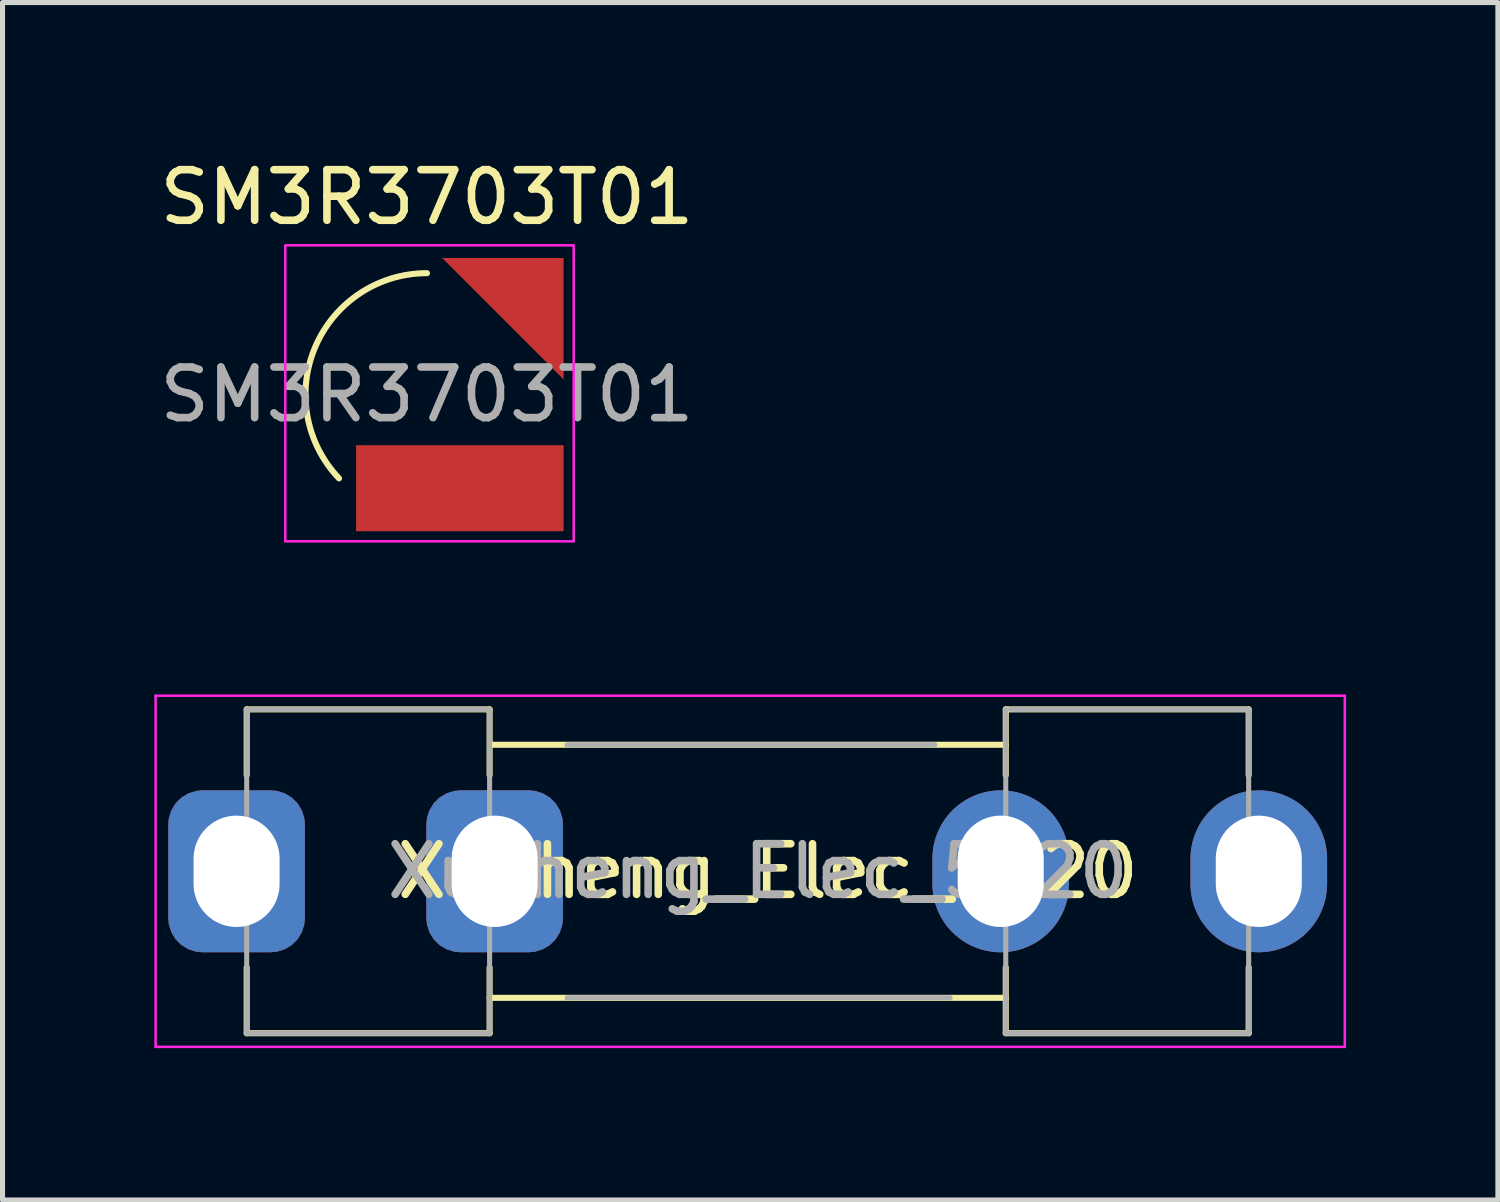
<source format=kicad_pcb>
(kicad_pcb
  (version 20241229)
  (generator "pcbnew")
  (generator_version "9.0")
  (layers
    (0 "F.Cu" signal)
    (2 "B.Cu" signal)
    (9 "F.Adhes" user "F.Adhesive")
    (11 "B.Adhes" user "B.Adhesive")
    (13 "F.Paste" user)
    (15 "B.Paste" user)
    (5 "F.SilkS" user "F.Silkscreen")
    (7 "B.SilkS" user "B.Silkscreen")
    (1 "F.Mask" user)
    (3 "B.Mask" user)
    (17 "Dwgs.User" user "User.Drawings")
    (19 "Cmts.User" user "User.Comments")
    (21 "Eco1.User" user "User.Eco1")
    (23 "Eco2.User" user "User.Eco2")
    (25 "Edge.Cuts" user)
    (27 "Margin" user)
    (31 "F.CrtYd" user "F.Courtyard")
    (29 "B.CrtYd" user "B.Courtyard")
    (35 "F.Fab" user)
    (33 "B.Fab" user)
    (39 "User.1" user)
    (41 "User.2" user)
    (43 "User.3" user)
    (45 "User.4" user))
  (footprint "SM3R3703T01"
    (layer "F.Cu")
    (at 5.387 4.748)
    (property "Reference" "SM3R3703T01" (at 0 -3.9 0) (unlocked yes) (layer "F.SilkS") (effects (font (size 1 1) (thickness 0.15))))
    (attr smd)
    (fp_arc (start -1.737931 1.655172) (mid -2.205948 -0.945406) (end 0 -2.4) (stroke (width 0.12) (type default)) (layer "F.SilkS"))
    (fp_rect (start -2.8 -2.95) (end 2.9 2.9) (stroke (width 0.05) (type default)) (fill no) (layer "F.CrtYd"))
    (fp_text user "${REFERENCE}" (at 0 0 0) (unlocked yes) (layer "F.Fab") (effects (font (size 1 1) (thickness 0.15))))
    (pad "1" smd rect (at 0.65 1.85) (size 4.1 1.7) (layers "F.Cu" "F.Mask" "F.Paste"))
    (pad "2" smd custom (at 2.15 -2.15 180) (size 1.1 1.1) (layers "F.Cu" "F.Mask" "F.Paste") (options (anchor rect)) (primitives (gr_poly (pts (xy -0.55 0.55) (xy -0.55 -1.85) (xy 1.85 0.55)) (width 0) (fill yes)))))
  (footprint "Xucheng_Elec_5x20"
    (layer "F.Cu")
    (at 1.625 14.168)
    (property "Reference" "Xucheng_Elec_5x20" (at 10.5 0 0) (unlocked yes) (layer "F.SilkS") (effects (font (size 1 1) (thickness 0.15))))
    (attr through_hole)
    (fp_line (start 0.2 -3.2) (end 0.2 -1.9) (stroke (width 0.12) (type solid)) (layer "F.SilkS"))
    (fp_line (start 0.2 3.2) (end 0.2 1.9) (stroke (width 0.12) (type solid)) (layer "F.SilkS"))
    (fp_line (start 5 -3.2) (end 0.2 -3.2) (stroke (width 0.12) (type solid)) (layer "F.SilkS"))
    (fp_line (start 5 -3.2) (end 5 -1.9) (stroke (width 0.12) (type solid)) (layer "F.SilkS"))
    (fp_line (start 5 3.2) (end 0.2 3.2) (stroke (width 0.12) (type solid)) (layer "F.SilkS"))
    (fp_line (start 5 3.2) (end 5 1.9) (stroke (width 0.12) (type solid)) (layer "F.SilkS"))
    (fp_line (start 15.2 -3.2) (end 15.2 -1.9) (stroke (width 0.12) (type solid)) (layer "F.SilkS"))
    (fp_line (start 15.2 -2.5) (end 5.03 -2.5) (stroke (width 0.12) (type solid)) (layer "F.SilkS"))
    (fp_line (start 15.2 2.5) (end 5 2.5) (stroke (width 0.12) (type solid)) (layer "F.SilkS"))
    (fp_line (start 15.2 3.2) (end 15.2 1.9) (stroke (width 0.12) (type solid)) (layer "F.SilkS"))
    (fp_line (start 15.2 3.2) (end 20 3.2) (stroke (width 0.12) (type solid)) (layer "F.SilkS"))
    (fp_line (start 20 -3.2) (end 15.2 -3.2) (stroke (width 0.12) (type solid)) (layer "F.SilkS"))
    (fp_line (start 20 -1.9) (end 20 -3.2) (stroke (width 0.12) (type solid)) (layer "F.SilkS"))
    (fp_line (start 20 1.9) (end 20 3.2) (stroke (width 0.12) (type solid)) (layer "F.SilkS"))
    (fp_line (start -1.6 -3.47) (end -1.6 3.47) (stroke (width 0.05) (type solid)) (layer "F.CrtYd"))
    (fp_line (start -1.6 -3.47) (end 21.9 -3.47) (stroke (width 0.05) (type solid)) (layer "F.CrtYd"))
    (fp_line (start 21.9 3.47) (end -1.6 3.47) (stroke (width 0.05) (type solid)) (layer "F.CrtYd"))
    (fp_line (start 21.9 3.47) (end 21.9 -3.47) (stroke (width 0.05) (type solid)) (layer "F.CrtYd"))
    (fp_line (start 0.2 -3.2) (end 5 -3.2) (stroke (width 0.1) (type solid)) (layer "F.Fab"))
    (fp_line (start 0.2 3.2) (end 0.2 -3.2) (stroke (width 0.1) (type solid)) (layer "F.Fab"))
    (fp_line (start 5 -3.2) (end 5 3.2) (stroke (width 0.1) (type solid)) (layer "F.Fab"))
    (fp_line (start 5 3.2) (end 0.2 3.2) (stroke (width 0.1) (type solid)) (layer "F.Fab"))
    (fp_line (start 6.53 -2.5) (end 13.8 -2.5) (stroke (width 0.1) (type solid)) (layer "F.Fab"))
    (fp_line (start 14.1 2.5) (end 6.53 2.5) (stroke (width 0.1) (type solid)) (layer "F.Fab"))
    (fp_line (start 15.2 -3.2) (end 15.2 3.2) (stroke (width 0.1) (type solid)) (layer "F.Fab"))
    (fp_line (start 15.2 3.2) (end 20 3.2) (stroke (width 0.1) (type solid)) (layer "F.Fab"))
    (fp_line (start 20 -3.2) (end 15.29 -3.2) (stroke (width 0.1) (type solid)) (layer "F.Fab"))
    (fp_line (start 20 3.2) (end 20 -3.2) (stroke (width 0.1) (type solid)) (layer "F.Fab"))
    (fp_text user "${REFERENCE}" (at 10.3 0 0) (unlocked yes) (layer "F.Fab") (effects (font (size 1 1) (thickness 0.15))))
    (pad "1" thru_hole roundrect (at 0 0) (size 2.7 3.2) (drill oval 1.7 2.2) (layers "*.Cu" "*.Mask") (roundrect_rratio 0.25))
    (pad "1" thru_hole roundrect (at 5.1 0) (size 2.7 3.2) (drill oval 1.7 2.2) (layers "*.Cu" "*.Mask") (roundrect_rratio 0.25))
    (pad "2" thru_hole oval (at 15.1 0) (size 2.7 3.2) (drill oval 1.7 2.2) (layers "*.Cu" "*.Mask"))
    (pad "2" thru_hole oval (at 20.2 0) (size 2.7 3.2) (drill oval 1.7 2.2) (layers "*.Cu" "*.Mask")))
  (gr_rect
    (start -3 -3)
    (end 26.55 20.663)
    (stroke (width 0.1) (type default))
    (fill no)
    (layer "Edge.Cuts")))
</source>
